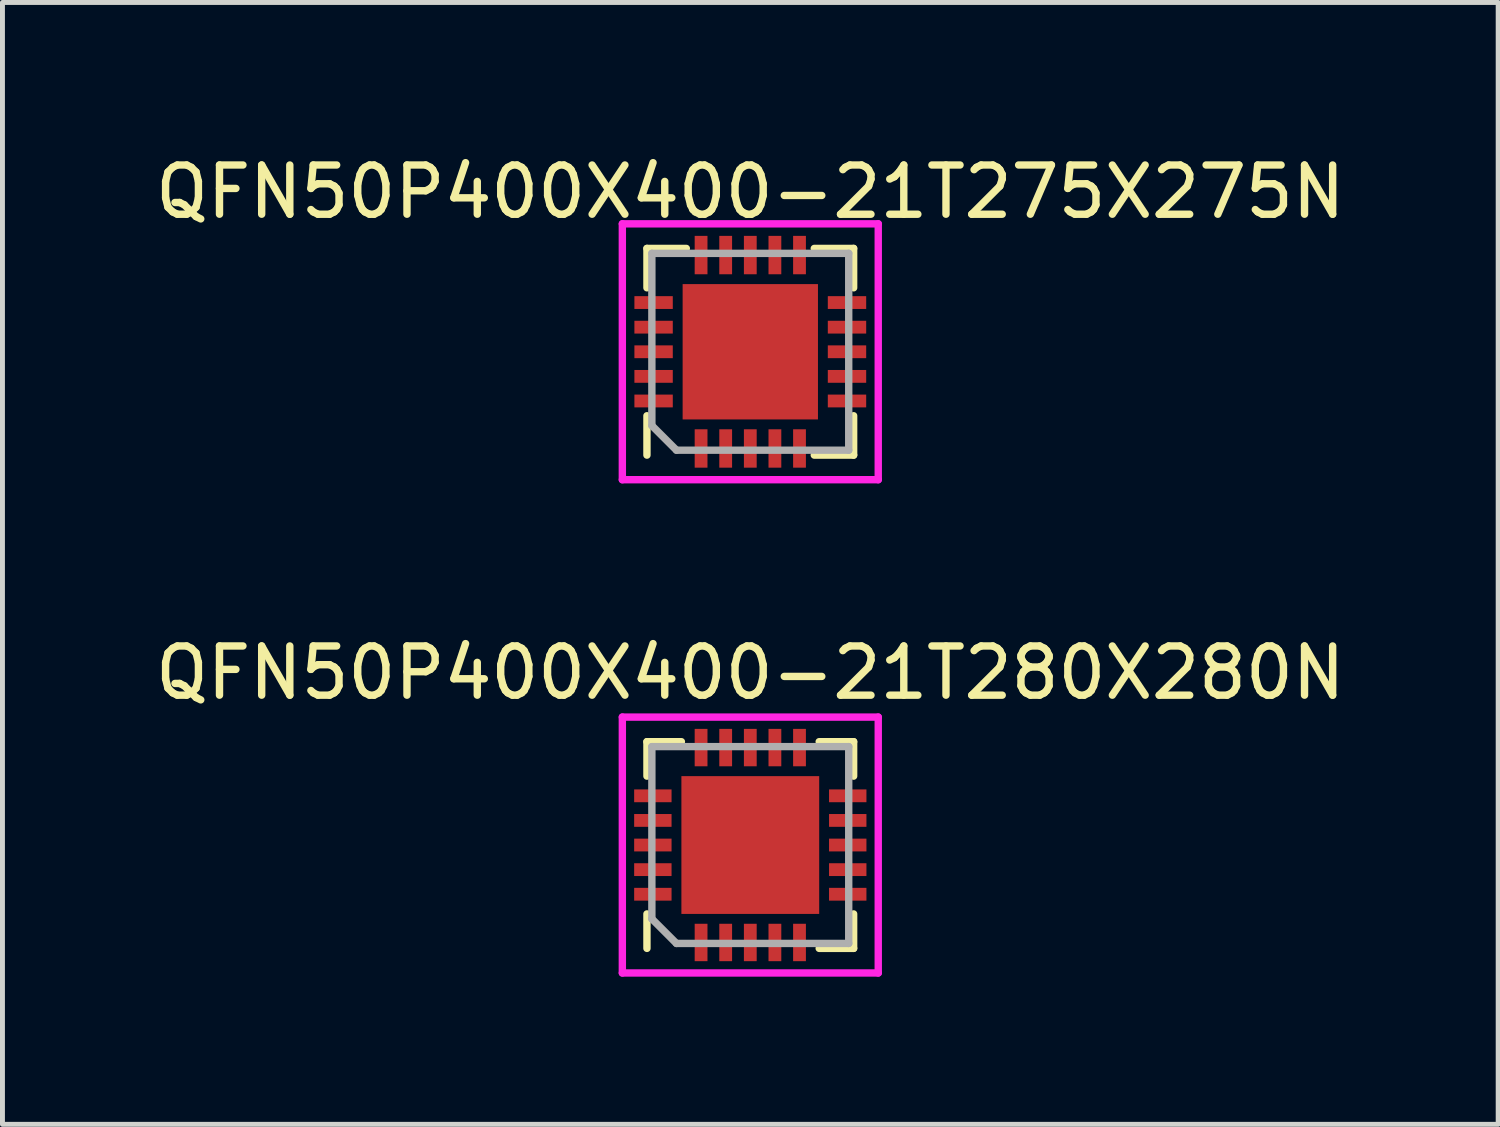
<source format=kicad_pcb>
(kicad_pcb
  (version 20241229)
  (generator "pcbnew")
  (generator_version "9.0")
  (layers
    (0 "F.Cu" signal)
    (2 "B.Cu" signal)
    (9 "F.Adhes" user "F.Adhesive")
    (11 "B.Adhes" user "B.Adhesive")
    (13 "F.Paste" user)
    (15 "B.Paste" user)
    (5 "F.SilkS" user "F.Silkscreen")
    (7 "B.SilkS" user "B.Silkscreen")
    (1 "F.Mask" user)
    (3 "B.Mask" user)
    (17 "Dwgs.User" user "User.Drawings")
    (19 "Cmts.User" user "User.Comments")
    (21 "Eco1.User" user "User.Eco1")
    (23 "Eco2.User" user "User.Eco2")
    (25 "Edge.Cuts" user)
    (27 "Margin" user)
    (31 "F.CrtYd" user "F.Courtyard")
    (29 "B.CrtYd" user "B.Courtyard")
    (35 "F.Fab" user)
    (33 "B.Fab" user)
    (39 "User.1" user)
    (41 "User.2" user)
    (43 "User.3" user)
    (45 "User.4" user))
  (footprint "QFN50P400X400-21T280X280N"
    (layer "F.Cu")
    (at 12.196 14.121)
    (property "Reference" "QFN50P400X400-21T280X280N" (at 0 -3.5 0) (layer "F.SilkS") (effects (font (size 1 1) (thickness 0.15))))
    (attr through_hole)
    (fp_line (start -2.1 -2.1) (end -1.4 -2.1) (stroke (width 0.15) (type solid)) (layer "F.SilkS"))
    (fp_line (start -2.1 -1.4) (end -2.1 -2.1) (stroke (width 0.15) (type solid)) (layer "F.SilkS"))
    (fp_line (start -2.1 1.4) (end -2.1 2.1) (stroke (width 0.15) (type solid)) (layer "F.SilkS"))
    (fp_line (start 1.4 -2.1) (end 2.1 -2.1) (stroke (width 0.15) (type solid)) (layer "F.SilkS"))
    (fp_line (start 2.1 -2.1) (end 2.1 -1.4) (stroke (width 0.15) (type solid)) (layer "F.SilkS"))
    (fp_line (start 2.1 1.4) (end 2.1 2.1) (stroke (width 0.15) (type solid)) (layer "F.SilkS"))
    (fp_line (start 2.1 2.1) (end 1.4 2.1) (stroke (width 0.15) (type solid)) (layer "F.SilkS"))
    (fp_line (start -2.6 -2.6) (end 2.6 -2.6) (stroke (width 0.15) (type solid)) (layer "F.CrtYd"))
    (fp_line (start -2.6 2.6) (end -2.6 -2.6) (stroke (width 0.15) (type solid)) (layer "F.CrtYd"))
    (fp_line (start 2.6 -2.6) (end 2.6 2.6) (stroke (width 0.15) (type solid)) (layer "F.CrtYd"))
    (fp_line (start 2.6 2.6) (end -2.6 2.6) (stroke (width 0.15) (type solid)) (layer "F.CrtYd"))
    (fp_line (start -2 -2) (end 2 -2) (stroke (width 0.15) (type solid)) (layer "F.Fab"))
    (fp_line (start -2 1.5) (end -2 -2) (stroke (width 0.15) (type solid)) (layer "F.Fab"))
    (fp_line (start -1.5 2) (end -2 1.5) (stroke (width 0.15) (type solid)) (layer "F.Fab"))
    (fp_line (start 2 -2) (end 2 2) (stroke (width 0.15) (type solid)) (layer "F.Fab"))
    (fp_line (start 2 2) (end -1.5 2) (stroke (width 0.15) (type solid)) (layer "F.Fab"))
    (pad "1" smd rect (at -1 1.98) (size 0.26 0.76) (layers "F.Cu" "F.Mask" "F.Paste"))
    (pad "2" smd rect (at -0.5 1.98) (size 0.26 0.76) (layers "F.Cu" "F.Mask" "F.Paste"))
    (pad "3" smd rect (at 0 1.98) (size 0.26 0.76) (layers "F.Cu" "F.Mask" "F.Paste"))
    (pad "4" smd rect (at 0.5 1.98) (size 0.26 0.76) (layers "F.Cu" "F.Mask" "F.Paste"))
    (pad "5" smd rect (at 1 1.98) (size 0.26 0.76) (layers "F.Cu" "F.Mask" "F.Paste"))
    (pad "6" smd rect (at 1.98 1 90) (size 0.26 0.76) (layers "F.Cu" "F.Mask" "F.Paste"))
    (pad "7" smd rect (at 1.98 0.5 90) (size 0.26 0.76) (layers "F.Cu" "F.Mask" "F.Paste"))
    (pad "8" smd rect (at 1.98 0 90) (size 0.26 0.76) (layers "F.Cu" "F.Mask" "F.Paste"))
    (pad "9" smd rect (at 1.98 -0.5 90) (size 0.26 0.76) (layers "F.Cu" "F.Mask" "F.Paste"))
    (pad "10" smd rect (at 1.98 -1 90) (size 0.26 0.76) (layers "F.Cu" "F.Mask" "F.Paste"))
    (pad "11" smd rect (at 1 -1.98 180) (size 0.26 0.76) (layers "F.Cu" "F.Mask" "F.Paste"))
    (pad "12" smd rect (at 0.5 -1.98 180) (size 0.26 0.76) (layers "F.Cu" "F.Mask" "F.Paste"))
    (pad "13" smd rect (at 0 -1.98 180) (size 0.26 0.76) (layers "F.Cu" "F.Mask" "F.Paste"))
    (pad "14" smd rect (at -0.5 -1.98 180) (size 0.26 0.76) (layers "F.Cu" "F.Mask" "F.Paste"))
    (pad "15" smd rect (at -1 -1.98 180) (size 0.26 0.76) (layers "F.Cu" "F.Mask" "F.Paste"))
    (pad "16" smd rect (at -1.98 -1 270) (size 0.26 0.76) (layers "F.Cu" "F.Mask" "F.Paste"))
    (pad "17" smd rect (at -1.98 -0.5 270) (size 0.26 0.76) (layers "F.Cu" "F.Mask" "F.Paste"))
    (pad "18" smd rect (at -1.98 0 270) (size 0.26 0.76) (layers "F.Cu" "F.Mask" "F.Paste"))
    (pad "19" smd rect (at -1.98 0.5 270) (size 0.26 0.76) (layers "F.Cu" "F.Mask" "F.Paste"))
    (pad "20" smd rect (at -1.98 1 270) (size 0.26 0.76) (layers "F.Cu" "F.Mask" "F.Paste"))
    (pad "21" smd rect (at 0 0) (size 2.8 2.8) (layers "F.Cu" "F.Mask")))
  (footprint "QFN50P400X400-21T275X275N"
    (layer "F.Cu")
    (at 12.196 4.098)
    (property "Reference" "QFN50P400X400-21T275X275N" (at 0 -3.25 0) (layer "F.SilkS") (effects (font (size 1 1) (thickness 0.15))))
    (attr through_hole)
    (fp_line (start -2.1 -2.1) (end -2.1 -1.3) (stroke (width 0.15) (type solid)) (layer "F.SilkS"))
    (fp_line (start -2.1 1.3) (end -2.1 2.1) (stroke (width 0.15) (type solid)) (layer "F.SilkS"))
    (fp_line (start -1.3 -2.1) (end -2.1 -2.1) (stroke (width 0.15) (type solid)) (layer "F.SilkS"))
    (fp_line (start 1.3 -2.1) (end 2.1 -2.1) (stroke (width 0.15) (type solid)) (layer "F.SilkS"))
    (fp_line (start 2.1 -2.1) (end 2.1 -1.3) (stroke (width 0.15) (type solid)) (layer "F.SilkS"))
    (fp_line (start 2.1 1.3) (end 2.1 2.1) (stroke (width 0.15) (type solid)) (layer "F.SilkS"))
    (fp_line (start 2.1 2.1) (end 1.3 2.1) (stroke (width 0.15) (type solid)) (layer "F.SilkS"))
    (fp_line (start -2.6 -2.6) (end 2.6 -2.6) (stroke (width 0.15) (type solid)) (layer "F.CrtYd"))
    (fp_line (start -2.6 2.6) (end -2.6 -2.6) (stroke (width 0.15) (type solid)) (layer "F.CrtYd"))
    (fp_line (start 2.6 -2.6) (end 2.6 2.6) (stroke (width 0.15) (type solid)) (layer "F.CrtYd"))
    (fp_line (start 2.6 2.6) (end -2.6 2.6) (stroke (width 0.15) (type solid)) (layer "F.CrtYd"))
    (fp_line (start -2 -2) (end 2 -2) (stroke (width 0.15) (type solid)) (layer "F.Fab"))
    (fp_line (start -2 1.5) (end -2 -2) (stroke (width 0.15) (type solid)) (layer "F.Fab"))
    (fp_line (start -1.5 2) (end -2 1.5) (stroke (width 0.15) (type solid)) (layer "F.Fab"))
    (fp_line (start 2 -2) (end 2 2) (stroke (width 0.15) (type solid)) (layer "F.Fab"))
    (fp_line (start 2 2) (end -1.5 2) (stroke (width 0.15) (type solid)) (layer "F.Fab"))
    (pad "" smd rect (at -0.688 -0.688) (size 1.2 1.2) (layers "F.Paste"))
    (pad "" smd rect (at -0.688 0.688) (size 1.2 1.2) (layers "F.Paste"))
    (pad "" smd rect (at 0.688 -0.688) (size 1.2 1.2) (layers "F.Paste"))
    (pad "" smd rect (at 0.688 0.688) (size 1.2 1.2) (layers "F.Paste"))
    (pad "1" smd rect (at -1 1.965) (size 0.26 0.78) (layers "F.Cu" "F.Mask" "F.Paste"))
    (pad "2" smd rect (at -0.5 1.965) (size 0.26 0.78) (layers "F.Cu" "F.Mask" "F.Paste"))
    (pad "3" smd rect (at 0 1.965) (size 0.26 0.78) (layers "F.Cu" "F.Mask" "F.Paste"))
    (pad "4" smd rect (at 0.5 1.965) (size 0.26 0.78) (layers "F.Cu" "F.Mask" "F.Paste"))
    (pad "5" smd rect (at 1 1.965) (size 0.26 0.78) (layers "F.Cu" "F.Mask" "F.Paste"))
    (pad "6" smd rect (at 1.965 1 90) (size 0.26 0.78) (layers "F.Cu" "F.Mask" "F.Paste"))
    (pad "7" smd rect (at 1.965 0.5 90) (size 0.26 0.78) (layers "F.Cu" "F.Mask" "F.Paste"))
    (pad "8" smd rect (at 1.965 0 90) (size 0.26 0.78) (layers "F.Cu" "F.Mask" "F.Paste"))
    (pad "9" smd rect (at 1.965 -0.5 90) (size 0.26 0.78) (layers "F.Cu" "F.Mask" "F.Paste"))
    (pad "10" smd rect (at 1.965 -1 90) (size 0.26 0.78) (layers "F.Cu" "F.Mask" "F.Paste"))
    (pad "11" smd rect (at 1 -1.965 180) (size 0.26 0.78) (layers "F.Cu" "F.Mask" "F.Paste"))
    (pad "12" smd rect (at 0.5 -1.965 180) (size 0.26 0.78) (layers "F.Cu" "F.Mask" "F.Paste"))
    (pad "13" smd rect (at 0 -1.965 180) (size 0.26 0.78) (layers "F.Cu" "F.Mask" "F.Paste"))
    (pad "14" smd rect (at -0.5 -1.965 180) (size 0.26 0.78) (layers "F.Cu" "F.Mask" "F.Paste"))
    (pad "15" smd rect (at -1 -1.965 180) (size 0.26 0.78) (layers "F.Cu" "F.Mask" "F.Paste"))
    (pad "16" smd rect (at -1.965 -1 270) (size 0.26 0.78) (layers "F.Cu" "F.Mask" "F.Paste"))
    (pad "17" smd rect (at -1.965 -0.5 270) (size 0.26 0.78) (layers "F.Cu" "F.Mask" "F.Paste"))
    (pad "18" smd rect (at -1.965 0 270) (size 0.26 0.78) (layers "F.Cu" "F.Mask" "F.Paste"))
    (pad "19" smd rect (at -1.965 0.5 270) (size 0.26 0.78) (layers "F.Cu" "F.Mask" "F.Paste"))
    (pad "20" smd rect (at -1.965 1 270) (size 0.26 0.78) (layers "F.Cu" "F.Mask" "F.Paste"))
    (pad "21" smd rect (at 0 0 270) (size 2.75 2.75) (layers "F.Cu" "F.Mask")))
  (gr_rect
    (start -3 -3)
    (end 27.393 19.797)
    (stroke (width 0.1) (type default))
    (fill no)
    (layer "Edge.Cuts")))
</source>
